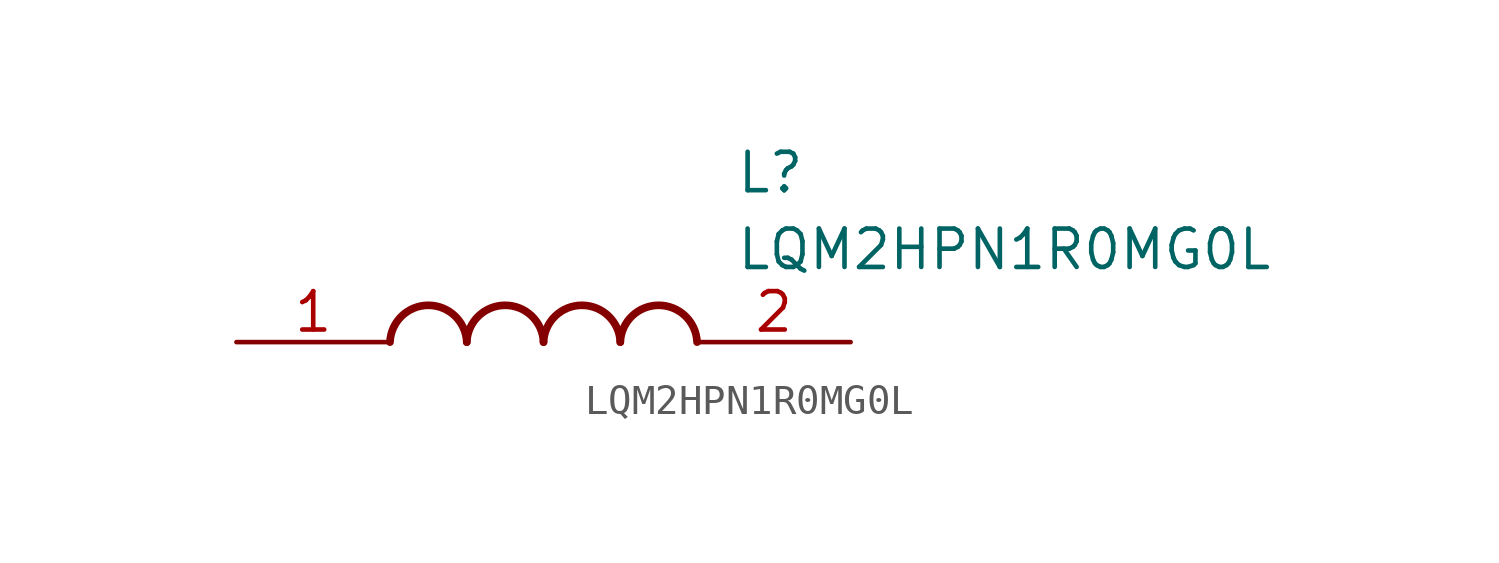
<source format=kicad_sym>
(kicad_symbol_lib
  (version 20211014)
  (generator SamacSys_ECAD_Model)
  (symbol "LQM2HPN1R0MG0L"
    (pin_names hide)
    (property "Reference" "L"
      (at 16.51 6.35 0)
      (effects (font (size 1.27 1.27)) (justify left top)))
    (property "Value" "LQM2HPN1R0MG0L"
      (at 16.51 3.81 0)
      (effects (font (size 1.27 1.27)) (justify left top)))
    (arc
      (start 7.62 0)
      (mid 6.35 1.219)
      (end 5.08 0)
      (stroke (width 0.254) (type default))
      (fill (type none)))
    (arc
      (start 10.16 0)
      (mid 8.89 1.219)
      (end 7.62 0)
      (stroke (width 0.254) (type default))
      (fill (type none)))
    (arc
      (start 12.7 0)
      (mid 11.43 1.219)
      (end 10.16 0)
      (stroke (width 0.254) (type default))
      (fill (type none)))
    (arc
      (start 15.24 0)
      (mid 13.97 1.219)
      (end 12.7 0)
      (stroke (width 0.254) (type default))
      (fill (type none)))
    (pin passive line
      (at 0 0 0)
      (length 5.08)
      (name "1" (effects (font (size 1.27 1.27))))
      (number "1" (effects (font (size 1.27 1.27)))))
    (pin passive line
      (at 20.32 0 180)
      (length 5.08)
      (name "2" (effects (font (size 1.27 1.27))))
      (number "2" (effects (font (size 1.27 1.27)))))))
</source>
